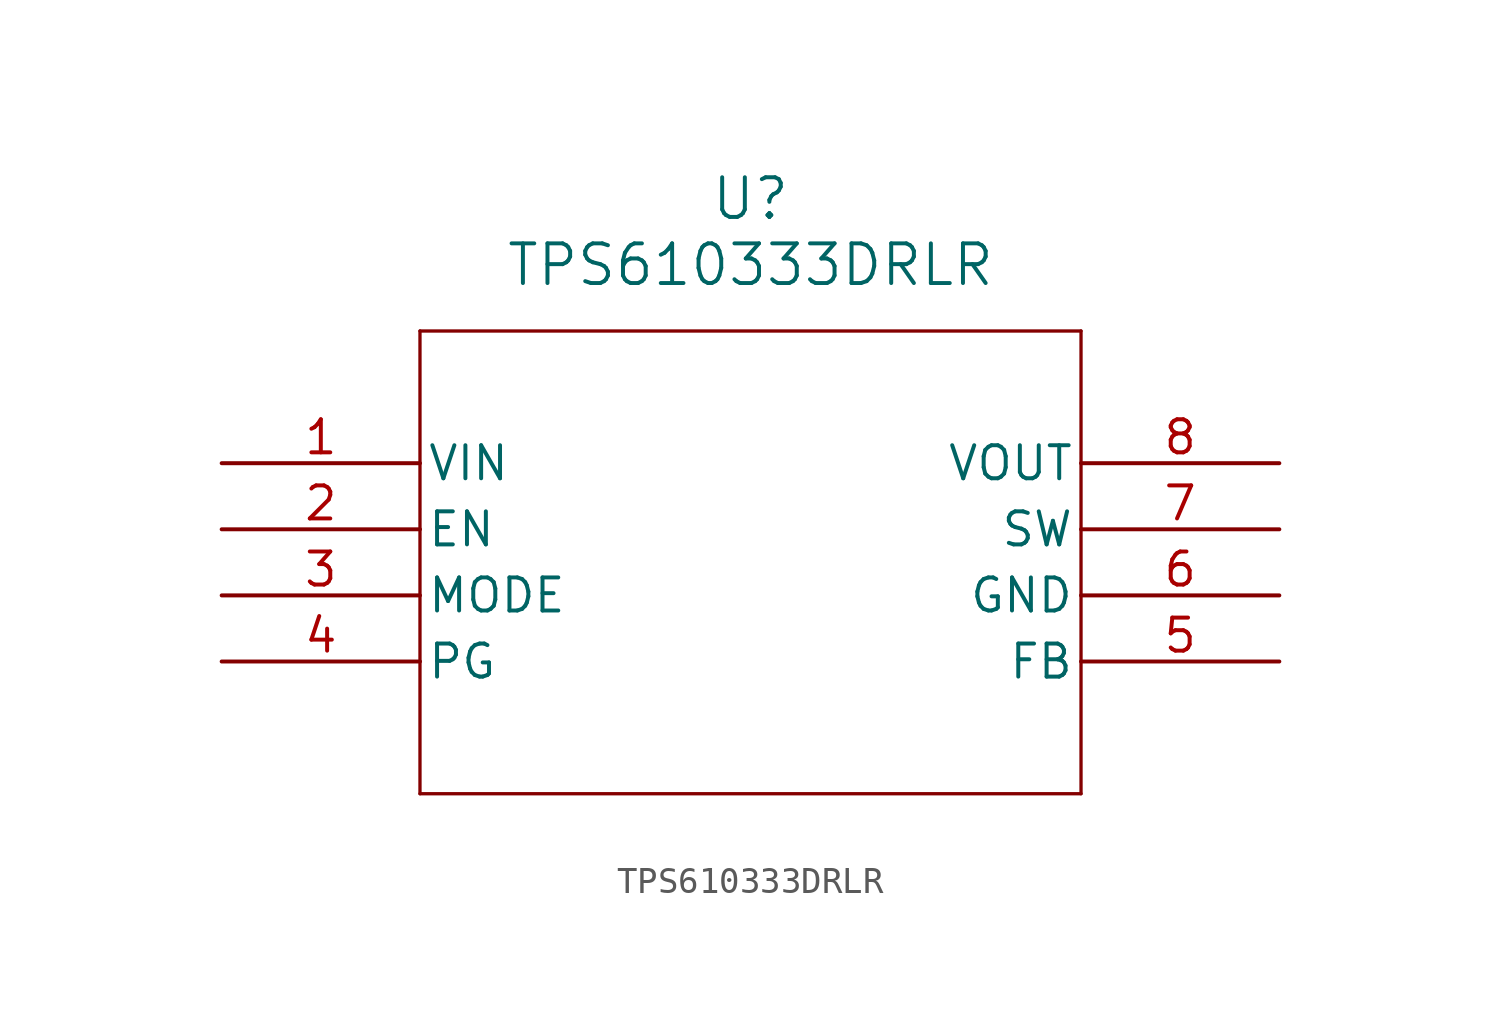
<source format=kicad_sym>
(kicad_symbol_lib
  (version 20211014)
  (generator kicad_symbol_editor)
  (symbol "TPS610333DRLR"
    (pin_names
      (offset 0.254))
    (property "Reference" "U"
      (at 20.32 10.16 0)
      (effects (font (size 1.524 1.524))))
    (property "Value" "TPS610333DRLR"
      (at 20.32 7.62 0)
      (effects (font (size 1.524 1.524))))
    (symbol "TPS610333DRLR_0_1"
      (polyline (pts (xy 7.62 5.08) (xy 7.62 -12.7)) (stroke (width 0.127) (type default) (color 0 0 0 0)) (fill (type none)))
      (polyline (pts (xy 7.62 -12.7) (xy 33.02 -12.7)) (stroke (width 0.127) (type default) (color 0 0 0 0)) (fill (type none)))
      (polyline (pts (xy 33.02 -12.7) (xy 33.02 5.08)) (stroke (width 0.127) (type default) (color 0 0 0 0)) (fill (type none)))
      (polyline (pts (xy 33.02 5.08) (xy 7.62 5.08)) (stroke (width 0.127) (type default) (color 0 0 0 0)) (fill (type none)))
      (pin input line (at 0 0 0) (length 7.62) (name "VIN" (effects (font (size 1.27 1.27)))) (number "1" (effects (font (size 1.27 1.27)))))
      (pin input line (at 0 -2.54 0) (length 7.62) (name "EN" (effects (font (size 1.27 1.27)))) (number "2" (effects (font (size 1.27 1.27)))))
      (pin input line (at 0 -5.08 0) (length 7.62) (name "MODE" (effects (font (size 1.27 1.27)))) (number "3" (effects (font (size 1.27 1.27)))))
      (pin output line (at 0 -7.62 0) (length 7.62) (name "PG" (effects (font (size 1.27 1.27)))) (number "4" (effects (font (size 1.27 1.27)))))
      (pin input line (at 40.64 -7.62 180) (length 7.62) (name "FB" (effects (font (size 1.27 1.27)))) (number "5" (effects (font (size 1.27 1.27)))))
      (pin power_in line (at 40.64 -5.08 180) (length 7.62) (name "GND" (effects (font (size 1.27 1.27)))) (number "6" (effects (font (size 1.27 1.27)))))
      (pin power_in line (at 40.64 -2.54 180) (length 7.62) (name "SW" (effects (font (size 1.27 1.27)))) (number "7" (effects (font (size 1.27 1.27)))))
      (pin power_in line (at 40.64 0 180) (length 7.62) (name "VOUT" (effects (font (size 1.27 1.27)))) (number "8" (effects (font (size 1.27 1.27))))))))
</source>
